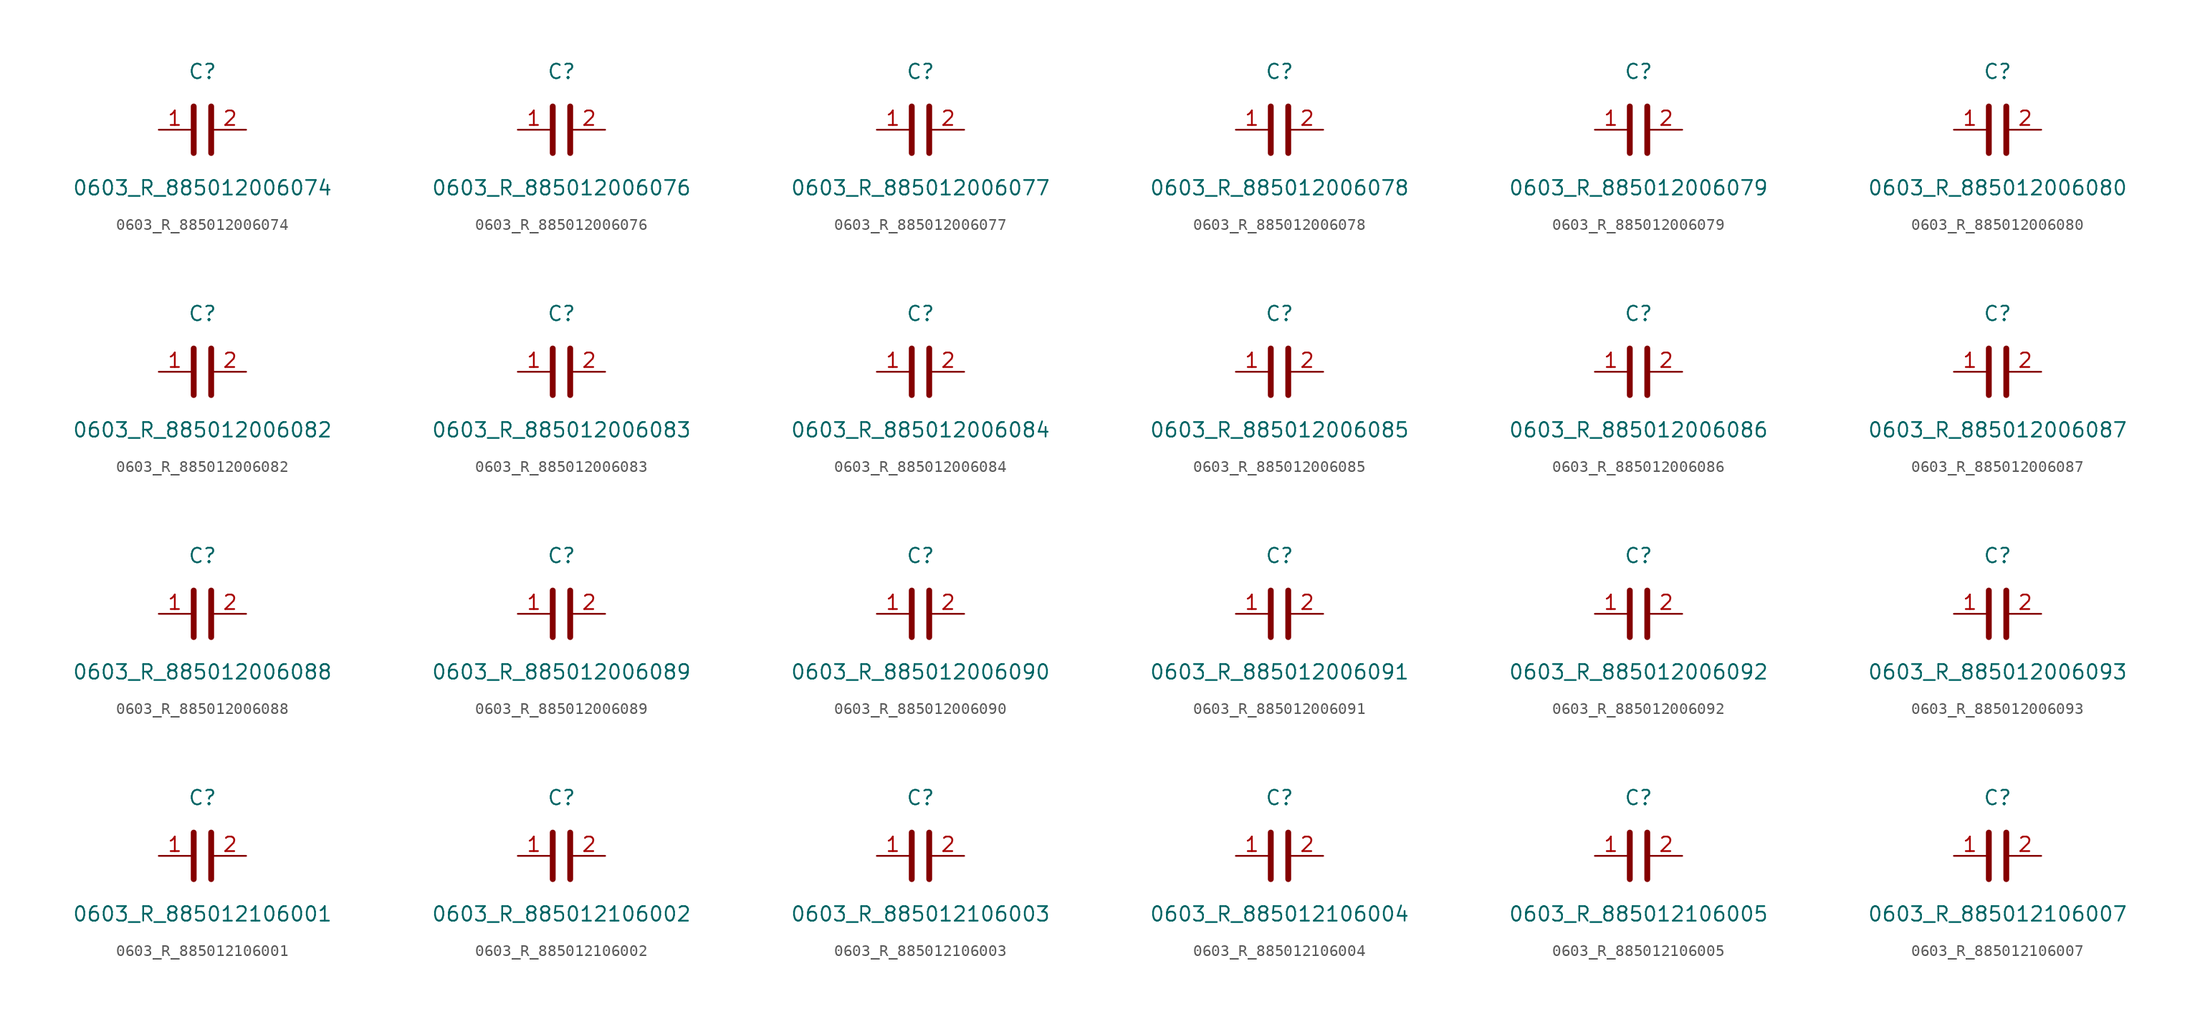
<source format=kicad_sym>
(kicad_symbol_lib
  (version 20220914)
  (generator kicad_symbol_editor)
  (symbol "0603_R_885012006074"
    (pin_names hide)
    (property "Reference" "C"
      (at 0 5.08 0)
      (effects (font (size 1.27 1.27))))
    (property "Value" "0603_R_885012006074"
      (at 0 -5.08 0)
      (effects (font (size 1.27 1.27))))
    (symbol "0603_R_885012006074_0_1"
      (polyline (pts (xy -0.762 -2.032) (xy -0.762 2.032)) (stroke (width 0.508) (type default)) (fill (type none)))
      (polyline (pts (xy 0.762 -2.032) (xy 0.762 2.032)) (stroke (width 0.508) (type default)) (fill (type none))))
    (symbol "0603_R_885012006074_1_1"
      (pin passive line (at -3.81 0 0) (length 2.794) (name "1" (effects (font (size 1.27 1.27)))) (number "1" (effects (font (size 1.27 1.27)))))
      (pin passive line (at 3.81 0 180) (length 2.794) (name "2" (effects (font (size 1.27 1.27)))) (number "2" (effects (font (size 1.27 1.27)))))))
  (symbol "0603_R_885012006076"
    (pin_names hide)
    (property "Reference" "C"
      (at 0 5.08 0)
      (effects (font (size 1.27 1.27))))
    (property "Value" "0603_R_885012006076"
      (at 0 -5.08 0)
      (effects (font (size 1.27 1.27))))
    (symbol "0603_R_885012006076_0_1"
      (polyline (pts (xy -0.762 -2.032) (xy -0.762 2.032)) (stroke (width 0.508) (type default)) (fill (type none)))
      (polyline (pts (xy 0.762 -2.032) (xy 0.762 2.032)) (stroke (width 0.508) (type default)) (fill (type none))))
    (symbol "0603_R_885012006076_1_1"
      (pin passive line (at -3.81 0 0) (length 2.794) (name "1" (effects (font (size 1.27 1.27)))) (number "1" (effects (font (size 1.27 1.27)))))
      (pin passive line (at 3.81 0 180) (length 2.794) (name "2" (effects (font (size 1.27 1.27)))) (number "2" (effects (font (size 1.27 1.27)))))))
  (symbol "0603_R_885012006077"
    (pin_names hide)
    (property "Reference" "C"
      (at 0 5.08 0)
      (effects (font (size 1.27 1.27))))
    (property "Value" "0603_R_885012006077"
      (at 0 -5.08 0)
      (effects (font (size 1.27 1.27))))
    (symbol "0603_R_885012006077_0_1"
      (polyline (pts (xy -0.762 -2.032) (xy -0.762 2.032)) (stroke (width 0.508) (type default)) (fill (type none)))
      (polyline (pts (xy 0.762 -2.032) (xy 0.762 2.032)) (stroke (width 0.508) (type default)) (fill (type none))))
    (symbol "0603_R_885012006077_1_1"
      (pin passive line (at -3.81 0 0) (length 2.794) (name "1" (effects (font (size 1.27 1.27)))) (number "1" (effects (font (size 1.27 1.27)))))
      (pin passive line (at 3.81 0 180) (length 2.794) (name "2" (effects (font (size 1.27 1.27)))) (number "2" (effects (font (size 1.27 1.27)))))))
  (symbol "0603_R_885012006078"
    (pin_names hide)
    (property "Reference" "C"
      (at 0 5.08 0)
      (effects (font (size 1.27 1.27))))
    (property "Value" "0603_R_885012006078"
      (at 0 -5.08 0)
      (effects (font (size 1.27 1.27))))
    (symbol "0603_R_885012006078_0_1"
      (polyline (pts (xy -0.762 -2.032) (xy -0.762 2.032)) (stroke (width 0.508) (type default)) (fill (type none)))
      (polyline (pts (xy 0.762 -2.032) (xy 0.762 2.032)) (stroke (width 0.508) (type default)) (fill (type none))))
    (symbol "0603_R_885012006078_1_1"
      (pin passive line (at -3.81 0 0) (length 2.794) (name "1" (effects (font (size 1.27 1.27)))) (number "1" (effects (font (size 1.27 1.27)))))
      (pin passive line (at 3.81 0 180) (length 2.794) (name "2" (effects (font (size 1.27 1.27)))) (number "2" (effects (font (size 1.27 1.27)))))))
  (symbol "0603_R_885012006079"
    (pin_names hide)
    (property "Reference" "C"
      (at 0 5.08 0)
      (effects (font (size 1.27 1.27))))
    (property "Value" "0603_R_885012006079"
      (at 0 -5.08 0)
      (effects (font (size 1.27 1.27))))
    (symbol "0603_R_885012006079_0_1"
      (polyline (pts (xy -0.762 -2.032) (xy -0.762 2.032)) (stroke (width 0.508) (type default)) (fill (type none)))
      (polyline (pts (xy 0.762 -2.032) (xy 0.762 2.032)) (stroke (width 0.508) (type default)) (fill (type none))))
    (symbol "0603_R_885012006079_1_1"
      (pin passive line (at -3.81 0 0) (length 2.794) (name "1" (effects (font (size 1.27 1.27)))) (number "1" (effects (font (size 1.27 1.27)))))
      (pin passive line (at 3.81 0 180) (length 2.794) (name "2" (effects (font (size 1.27 1.27)))) (number "2" (effects (font (size 1.27 1.27)))))))
  (symbol "0603_R_885012006080"
    (pin_names hide)
    (property "Reference" "C"
      (at 0 5.08 0)
      (effects (font (size 1.27 1.27))))
    (property "Value" "0603_R_885012006080"
      (at 0 -5.08 0)
      (effects (font (size 1.27 1.27))))
    (symbol "0603_R_885012006080_0_1"
      (polyline (pts (xy -0.762 -2.032) (xy -0.762 2.032)) (stroke (width 0.508) (type default)) (fill (type none)))
      (polyline (pts (xy 0.762 -2.032) (xy 0.762 2.032)) (stroke (width 0.508) (type default)) (fill (type none))))
    (symbol "0603_R_885012006080_1_1"
      (pin passive line (at -3.81 0 0) (length 2.794) (name "1" (effects (font (size 1.27 1.27)))) (number "1" (effects (font (size 1.27 1.27)))))
      (pin passive line (at 3.81 0 180) (length 2.794) (name "2" (effects (font (size 1.27 1.27)))) (number "2" (effects (font (size 1.27 1.27)))))))
  (symbol "0603_R_885012006082"
    (pin_names hide)
    (property "Reference" "C"
      (at 0 5.08 0)
      (effects (font (size 1.27 1.27))))
    (property "Value" "0603_R_885012006082"
      (at 0 -5.08 0)
      (effects (font (size 1.27 1.27))))
    (symbol "0603_R_885012006082_0_1"
      (polyline (pts (xy -0.762 -2.032) (xy -0.762 2.032)) (stroke (width 0.508) (type default)) (fill (type none)))
      (polyline (pts (xy 0.762 -2.032) (xy 0.762 2.032)) (stroke (width 0.508) (type default)) (fill (type none))))
    (symbol "0603_R_885012006082_1_1"
      (pin passive line (at -3.81 0 0) (length 2.794) (name "1" (effects (font (size 1.27 1.27)))) (number "1" (effects (font (size 1.27 1.27)))))
      (pin passive line (at 3.81 0 180) (length 2.794) (name "2" (effects (font (size 1.27 1.27)))) (number "2" (effects (font (size 1.27 1.27)))))))
  (symbol "0603_R_885012006083"
    (pin_names hide)
    (property "Reference" "C"
      (at 0 5.08 0)
      (effects (font (size 1.27 1.27))))
    (property "Value" "0603_R_885012006083"
      (at 0 -5.08 0)
      (effects (font (size 1.27 1.27))))
    (symbol "0603_R_885012006083_0_1"
      (polyline (pts (xy -0.762 -2.032) (xy -0.762 2.032)) (stroke (width 0.508) (type default)) (fill (type none)))
      (polyline (pts (xy 0.762 -2.032) (xy 0.762 2.032)) (stroke (width 0.508) (type default)) (fill (type none))))
    (symbol "0603_R_885012006083_1_1"
      (pin passive line (at -3.81 0 0) (length 2.794) (name "1" (effects (font (size 1.27 1.27)))) (number "1" (effects (font (size 1.27 1.27)))))
      (pin passive line (at 3.81 0 180) (length 2.794) (name "2" (effects (font (size 1.27 1.27)))) (number "2" (effects (font (size 1.27 1.27)))))))
  (symbol "0603_R_885012006084"
    (pin_names hide)
    (property "Reference" "C"
      (at 0 5.08 0)
      (effects (font (size 1.27 1.27))))
    (property "Value" "0603_R_885012006084"
      (at 0 -5.08 0)
      (effects (font (size 1.27 1.27))))
    (symbol "0603_R_885012006084_0_1"
      (polyline (pts (xy -0.762 -2.032) (xy -0.762 2.032)) (stroke (width 0.508) (type default)) (fill (type none)))
      (polyline (pts (xy 0.762 -2.032) (xy 0.762 2.032)) (stroke (width 0.508) (type default)) (fill (type none))))
    (symbol "0603_R_885012006084_1_1"
      (pin passive line (at -3.81 0 0) (length 2.794) (name "1" (effects (font (size 1.27 1.27)))) (number "1" (effects (font (size 1.27 1.27)))))
      (pin passive line (at 3.81 0 180) (length 2.794) (name "2" (effects (font (size 1.27 1.27)))) (number "2" (effects (font (size 1.27 1.27)))))))
  (symbol "0603_R_885012006085"
    (pin_names hide)
    (property "Reference" "C"
      (at 0 5.08 0)
      (effects (font (size 1.27 1.27))))
    (property "Value" "0603_R_885012006085"
      (at 0 -5.08 0)
      (effects (font (size 1.27 1.27))))
    (symbol "0603_R_885012006085_0_1"
      (polyline (pts (xy -0.762 -2.032) (xy -0.762 2.032)) (stroke (width 0.508) (type default)) (fill (type none)))
      (polyline (pts (xy 0.762 -2.032) (xy 0.762 2.032)) (stroke (width 0.508) (type default)) (fill (type none))))
    (symbol "0603_R_885012006085_1_1"
      (pin passive line (at -3.81 0 0) (length 2.794) (name "1" (effects (font (size 1.27 1.27)))) (number "1" (effects (font (size 1.27 1.27)))))
      (pin passive line (at 3.81 0 180) (length 2.794) (name "2" (effects (font (size 1.27 1.27)))) (number "2" (effects (font (size 1.27 1.27)))))))
  (symbol "0603_R_885012006086"
    (pin_names hide)
    (property "Reference" "C"
      (at 0 5.08 0)
      (effects (font (size 1.27 1.27))))
    (property "Value" "0603_R_885012006086"
      (at 0 -5.08 0)
      (effects (font (size 1.27 1.27))))
    (symbol "0603_R_885012006086_0_1"
      (polyline (pts (xy -0.762 -2.032) (xy -0.762 2.032)) (stroke (width 0.508) (type default)) (fill (type none)))
      (polyline (pts (xy 0.762 -2.032) (xy 0.762 2.032)) (stroke (width 0.508) (type default)) (fill (type none))))
    (symbol "0603_R_885012006086_1_1"
      (pin passive line (at -3.81 0 0) (length 2.794) (name "1" (effects (font (size 1.27 1.27)))) (number "1" (effects (font (size 1.27 1.27)))))
      (pin passive line (at 3.81 0 180) (length 2.794) (name "2" (effects (font (size 1.27 1.27)))) (number "2" (effects (font (size 1.27 1.27)))))))
  (symbol "0603_R_885012006087"
    (pin_names hide)
    (property "Reference" "C"
      (at 0 5.08 0)
      (effects (font (size 1.27 1.27))))
    (property "Value" "0603_R_885012006087"
      (at 0 -5.08 0)
      (effects (font (size 1.27 1.27))))
    (symbol "0603_R_885012006087_0_1"
      (polyline (pts (xy -0.762 -2.032) (xy -0.762 2.032)) (stroke (width 0.508) (type default)) (fill (type none)))
      (polyline (pts (xy 0.762 -2.032) (xy 0.762 2.032)) (stroke (width 0.508) (type default)) (fill (type none))))
    (symbol "0603_R_885012006087_1_1"
      (pin passive line (at -3.81 0 0) (length 2.794) (name "1" (effects (font (size 1.27 1.27)))) (number "1" (effects (font (size 1.27 1.27)))))
      (pin passive line (at 3.81 0 180) (length 2.794) (name "2" (effects (font (size 1.27 1.27)))) (number "2" (effects (font (size 1.27 1.27)))))))
  (symbol "0603_R_885012006088"
    (pin_names hide)
    (property "Reference" "C"
      (at 0 5.08 0)
      (effects (font (size 1.27 1.27))))
    (property "Value" "0603_R_885012006088"
      (at 0 -5.08 0)
      (effects (font (size 1.27 1.27))))
    (symbol "0603_R_885012006088_0_1"
      (polyline (pts (xy -0.762 -2.032) (xy -0.762 2.032)) (stroke (width 0.508) (type default)) (fill (type none)))
      (polyline (pts (xy 0.762 -2.032) (xy 0.762 2.032)) (stroke (width 0.508) (type default)) (fill (type none))))
    (symbol "0603_R_885012006088_1_1"
      (pin passive line (at -3.81 0 0) (length 2.794) (name "1" (effects (font (size 1.27 1.27)))) (number "1" (effects (font (size 1.27 1.27)))))
      (pin passive line (at 3.81 0 180) (length 2.794) (name "2" (effects (font (size 1.27 1.27)))) (number "2" (effects (font (size 1.27 1.27)))))))
  (symbol "0603_R_885012006089"
    (pin_names hide)
    (property "Reference" "C"
      (at 0 5.08 0)
      (effects (font (size 1.27 1.27))))
    (property "Value" "0603_R_885012006089"
      (at 0 -5.08 0)
      (effects (font (size 1.27 1.27))))
    (symbol "0603_R_885012006089_0_1"
      (polyline (pts (xy -0.762 -2.032) (xy -0.762 2.032)) (stroke (width 0.508) (type default)) (fill (type none)))
      (polyline (pts (xy 0.762 -2.032) (xy 0.762 2.032)) (stroke (width 0.508) (type default)) (fill (type none))))
    (symbol "0603_R_885012006089_1_1"
      (pin passive line (at -3.81 0 0) (length 2.794) (name "1" (effects (font (size 1.27 1.27)))) (number "1" (effects (font (size 1.27 1.27)))))
      (pin passive line (at 3.81 0 180) (length 2.794) (name "2" (effects (font (size 1.27 1.27)))) (number "2" (effects (font (size 1.27 1.27)))))))
  (symbol "0603_R_885012006090"
    (pin_names hide)
    (property "Reference" "C"
      (at 0 5.08 0)
      (effects (font (size 1.27 1.27))))
    (property "Value" "0603_R_885012006090"
      (at 0 -5.08 0)
      (effects (font (size 1.27 1.27))))
    (symbol "0603_R_885012006090_0_1"
      (polyline (pts (xy -0.762 -2.032) (xy -0.762 2.032)) (stroke (width 0.508) (type default)) (fill (type none)))
      (polyline (pts (xy 0.762 -2.032) (xy 0.762 2.032)) (stroke (width 0.508) (type default)) (fill (type none))))
    (symbol "0603_R_885012006090_1_1"
      (pin passive line (at -3.81 0 0) (length 2.794) (name "1" (effects (font (size 1.27 1.27)))) (number "1" (effects (font (size 1.27 1.27)))))
      (pin passive line (at 3.81 0 180) (length 2.794) (name "2" (effects (font (size 1.27 1.27)))) (number "2" (effects (font (size 1.27 1.27)))))))
  (symbol "0603_R_885012006091"
    (pin_names hide)
    (property "Reference" "C"
      (at 0 5.08 0)
      (effects (font (size 1.27 1.27))))
    (property "Value" "0603_R_885012006091"
      (at 0 -5.08 0)
      (effects (font (size 1.27 1.27))))
    (symbol "0603_R_885012006091_0_1"
      (polyline (pts (xy -0.762 -2.032) (xy -0.762 2.032)) (stroke (width 0.508) (type default)) (fill (type none)))
      (polyline (pts (xy 0.762 -2.032) (xy 0.762 2.032)) (stroke (width 0.508) (type default)) (fill (type none))))
    (symbol "0603_R_885012006091_1_1"
      (pin passive line (at -3.81 0 0) (length 2.794) (name "1" (effects (font (size 1.27 1.27)))) (number "1" (effects (font (size 1.27 1.27)))))
      (pin passive line (at 3.81 0 180) (length 2.794) (name "2" (effects (font (size 1.27 1.27)))) (number "2" (effects (font (size 1.27 1.27)))))))
  (symbol "0603_R_885012006092"
    (pin_names hide)
    (property "Reference" "C"
      (at 0 5.08 0)
      (effects (font (size 1.27 1.27))))
    (property "Value" "0603_R_885012006092"
      (at 0 -5.08 0)
      (effects (font (size 1.27 1.27))))
    (symbol "0603_R_885012006092_0_1"
      (polyline (pts (xy -0.762 -2.032) (xy -0.762 2.032)) (stroke (width 0.508) (type default)) (fill (type none)))
      (polyline (pts (xy 0.762 -2.032) (xy 0.762 2.032)) (stroke (width 0.508) (type default)) (fill (type none))))
    (symbol "0603_R_885012006092_1_1"
      (pin passive line (at -3.81 0 0) (length 2.794) (name "1" (effects (font (size 1.27 1.27)))) (number "1" (effects (font (size 1.27 1.27)))))
      (pin passive line (at 3.81 0 180) (length 2.794) (name "2" (effects (font (size 1.27 1.27)))) (number "2" (effects (font (size 1.27 1.27)))))))
  (symbol "0603_R_885012006093"
    (pin_names hide)
    (property "Reference" "C"
      (at 0 5.08 0)
      (effects (font (size 1.27 1.27))))
    (property "Value" "0603_R_885012006093"
      (at 0 -5.08 0)
      (effects (font (size 1.27 1.27))))
    (symbol "0603_R_885012006093_0_1"
      (polyline (pts (xy -0.762 -2.032) (xy -0.762 2.032)) (stroke (width 0.508) (type default)) (fill (type none)))
      (polyline (pts (xy 0.762 -2.032) (xy 0.762 2.032)) (stroke (width 0.508) (type default)) (fill (type none))))
    (symbol "0603_R_885012006093_1_1"
      (pin passive line (at -3.81 0 0) (length 2.794) (name "1" (effects (font (size 1.27 1.27)))) (number "1" (effects (font (size 1.27 1.27)))))
      (pin passive line (at 3.81 0 180) (length 2.794) (name "2" (effects (font (size 1.27 1.27)))) (number "2" (effects (font (size 1.27 1.27)))))))
  (symbol "0603_R_885012106001"
    (pin_names hide)
    (property "Reference" "C"
      (at 0 5.08 0)
      (effects (font (size 1.27 1.27))))
    (property "Value" "0603_R_885012106001"
      (at 0 -5.08 0)
      (effects (font (size 1.27 1.27))))
    (symbol "0603_R_885012106001_0_1"
      (polyline (pts (xy -0.762 -2.032) (xy -0.762 2.032)) (stroke (width 0.508) (type default)) (fill (type none)))
      (polyline (pts (xy 0.762 -2.032) (xy 0.762 2.032)) (stroke (width 0.508) (type default)) (fill (type none))))
    (symbol "0603_R_885012106001_1_1"
      (pin passive line (at -3.81 0 0) (length 2.794) (name "1" (effects (font (size 1.27 1.27)))) (number "1" (effects (font (size 1.27 1.27)))))
      (pin passive line (at 3.81 0 180) (length 2.794) (name "2" (effects (font (size 1.27 1.27)))) (number "2" (effects (font (size 1.27 1.27)))))))
  (symbol "0603_R_885012106002"
    (pin_names hide)
    (property "Reference" "C"
      (at 0 5.08 0)
      (effects (font (size 1.27 1.27))))
    (property "Value" "0603_R_885012106002"
      (at 0 -5.08 0)
      (effects (font (size 1.27 1.27))))
    (symbol "0603_R_885012106002_0_1"
      (polyline (pts (xy -0.762 -2.032) (xy -0.762 2.032)) (stroke (width 0.508) (type default)) (fill (type none)))
      (polyline (pts (xy 0.762 -2.032) (xy 0.762 2.032)) (stroke (width 0.508) (type default)) (fill (type none))))
    (symbol "0603_R_885012106002_1_1"
      (pin passive line (at -3.81 0 0) (length 2.794) (name "1" (effects (font (size 1.27 1.27)))) (number "1" (effects (font (size 1.27 1.27)))))
      (pin passive line (at 3.81 0 180) (length 2.794) (name "2" (effects (font (size 1.27 1.27)))) (number "2" (effects (font (size 1.27 1.27)))))))
  (symbol "0603_R_885012106003"
    (pin_names hide)
    (property "Reference" "C"
      (at 0 5.08 0)
      (effects (font (size 1.27 1.27))))
    (property "Value" "0603_R_885012106003"
      (at 0 -5.08 0)
      (effects (font (size 1.27 1.27))))
    (symbol "0603_R_885012106003_0_1"
      (polyline (pts (xy -0.762 -2.032) (xy -0.762 2.032)) (stroke (width 0.508) (type default)) (fill (type none)))
      (polyline (pts (xy 0.762 -2.032) (xy 0.762 2.032)) (stroke (width 0.508) (type default)) (fill (type none))))
    (symbol "0603_R_885012106003_1_1"
      (pin passive line (at -3.81 0 0) (length 2.794) (name "1" (effects (font (size 1.27 1.27)))) (number "1" (effects (font (size 1.27 1.27)))))
      (pin passive line (at 3.81 0 180) (length 2.794) (name "2" (effects (font (size 1.27 1.27)))) (number "2" (effects (font (size 1.27 1.27)))))))
  (symbol "0603_R_885012106004"
    (pin_names hide)
    (property "Reference" "C"
      (at 0 5.08 0)
      (effects (font (size 1.27 1.27))))
    (property "Value" "0603_R_885012106004"
      (at 0 -5.08 0)
      (effects (font (size 1.27 1.27))))
    (symbol "0603_R_885012106004_0_1"
      (polyline (pts (xy -0.762 -2.032) (xy -0.762 2.032)) (stroke (width 0.508) (type default)) (fill (type none)))
      (polyline (pts (xy 0.762 -2.032) (xy 0.762 2.032)) (stroke (width 0.508) (type default)) (fill (type none))))
    (symbol "0603_R_885012106004_1_1"
      (pin passive line (at -3.81 0 0) (length 2.794) (name "1" (effects (font (size 1.27 1.27)))) (number "1" (effects (font (size 1.27 1.27)))))
      (pin passive line (at 3.81 0 180) (length 2.794) (name "2" (effects (font (size 1.27 1.27)))) (number "2" (effects (font (size 1.27 1.27)))))))
  (symbol "0603_R_885012106005"
    (pin_names hide)
    (property "Reference" "C"
      (at 0 5.08 0)
      (effects (font (size 1.27 1.27))))
    (property "Value" "0603_R_885012106005"
      (at 0 -5.08 0)
      (effects (font (size 1.27 1.27))))
    (symbol "0603_R_885012106005_0_1"
      (polyline (pts (xy -0.762 -2.032) (xy -0.762 2.032)) (stroke (width 0.508) (type default)) (fill (type none)))
      (polyline (pts (xy 0.762 -2.032) (xy 0.762 2.032)) (stroke (width 0.508) (type default)) (fill (type none))))
    (symbol "0603_R_885012106005_1_1"
      (pin passive line (at -3.81 0 0) (length 2.794) (name "1" (effects (font (size 1.27 1.27)))) (number "1" (effects (font (size 1.27 1.27)))))
      (pin passive line (at 3.81 0 180) (length 2.794) (name "2" (effects (font (size 1.27 1.27)))) (number "2" (effects (font (size 1.27 1.27)))))))
  (symbol "0603_R_885012106007"
    (pin_names hide)
    (property "Reference" "C"
      (at 0 5.08 0)
      (effects (font (size 1.27 1.27))))
    (property "Value" "0603_R_885012106007"
      (at 0 -5.08 0)
      (effects (font (size 1.27 1.27))))
    (symbol "0603_R_885012106007_0_1"
      (polyline (pts (xy -0.762 -2.032) (xy -0.762 2.032)) (stroke (width 0.508) (type default)) (fill (type none)))
      (polyline (pts (xy 0.762 -2.032) (xy 0.762 2.032)) (stroke (width 0.508) (type default)) (fill (type none))))
    (symbol "0603_R_885012106007_1_1"
      (pin passive line (at -3.81 0 0) (length 2.794) (name "1" (effects (font (size 1.27 1.27)))) (number "1" (effects (font (size 1.27 1.27)))))
      (pin passive line (at 3.81 0 180) (length 2.794) (name "2" (effects (font (size 1.27 1.27)))) (number "2" (effects (font (size 1.27 1.27))))))))
</source>
